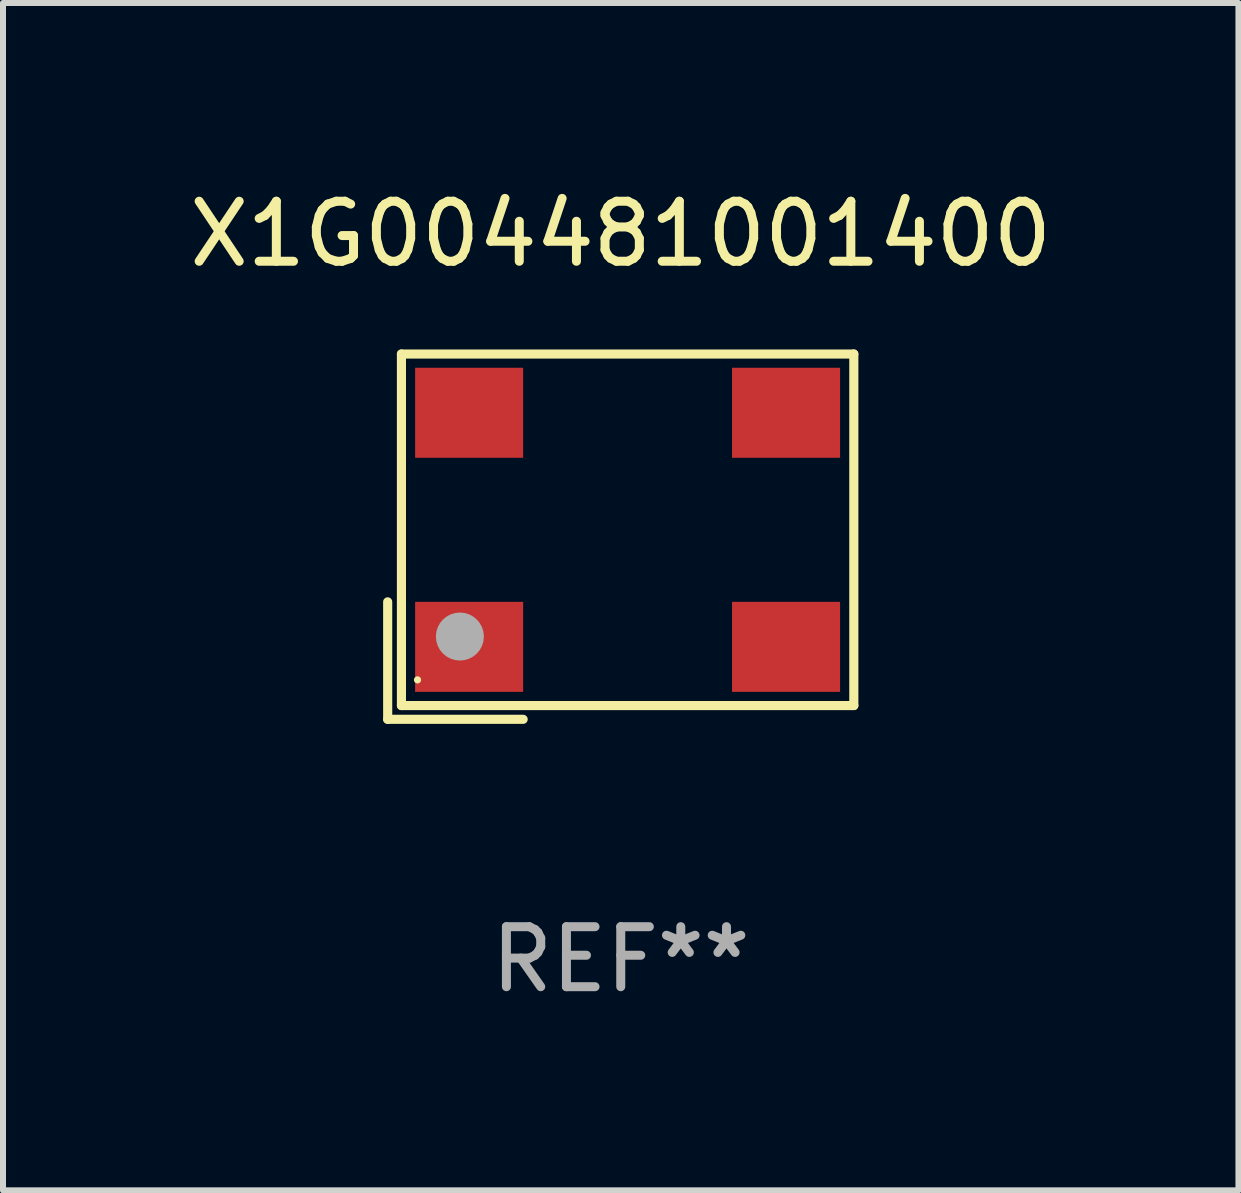
<source format=kicad_pcb>
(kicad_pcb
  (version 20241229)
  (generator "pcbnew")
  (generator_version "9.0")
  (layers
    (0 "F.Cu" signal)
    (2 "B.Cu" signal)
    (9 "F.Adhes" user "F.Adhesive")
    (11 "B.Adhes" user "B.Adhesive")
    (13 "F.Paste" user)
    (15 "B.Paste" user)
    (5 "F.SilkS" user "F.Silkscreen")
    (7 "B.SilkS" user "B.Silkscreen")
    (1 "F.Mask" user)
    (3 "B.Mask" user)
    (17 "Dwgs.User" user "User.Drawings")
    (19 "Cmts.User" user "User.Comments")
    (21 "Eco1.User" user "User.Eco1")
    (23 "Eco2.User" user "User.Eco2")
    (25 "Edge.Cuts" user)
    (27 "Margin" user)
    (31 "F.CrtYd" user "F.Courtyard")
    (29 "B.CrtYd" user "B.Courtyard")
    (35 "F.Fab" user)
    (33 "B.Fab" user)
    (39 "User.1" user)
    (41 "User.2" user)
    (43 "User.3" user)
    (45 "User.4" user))
  (footprint "X1G004481001400"
    (layer "F.Cu")
    (at 7.292 5.891)
    (property "Reference" "X1G004481001400" (at 0 -5.043 0) (layer "F.SilkS") (effects (font (size 1 1) (thickness 0.15))))
    (attr through_hole)
    (fp_line (start -3.883 1.086) (end -3.883 3.043) (stroke (width 0.152) (type solid)) (layer "F.SilkS"))
    (fp_line (start -3.883 3.043) (end -1.626 3.043) (stroke (width 0.152) (type solid)) (layer "F.SilkS"))
    (fp_line (start -3.654 -3.043) (end 3.883 -3.043) (stroke (width 0.152) (type solid)) (layer "F.SilkS"))
    (fp_line (start -3.654 2.814) (end -3.654 -3.043) (stroke (width 0.152) (type solid)) (layer "F.SilkS"))
    (fp_line (start 3.883 -3.043) (end 3.883 2.814) (stroke (width 0.152) (type solid)) (layer "F.SilkS"))
    (fp_line (start 3.883 2.814) (end -3.654 2.814) (stroke (width 0.152) (type solid)) (layer "F.SilkS"))
    (fp_circle (center -3.386 2.386) (end -3.356 2.386) (stroke (width 0.06) (type solid)) (fill no) (layer "F.SilkS"))
    (fp_circle (center -2.68 1.664) (end -2.48 1.664) (stroke (width 0.4) (type solid)) (fill no) (layer "F.Fab"))
    (fp_text user "REF**" (at 0 7.043 0) (layer "F.Fab") (effects (font (size 1 1) (thickness 0.15))))
    (pad "1" smd rect (at -2.526 1.836) (size 1.8 1.5) (layers "F.Cu" "F.Mask" "F.Paste"))
    (pad "2" smd rect (at 2.754 1.836) (size 1.8 1.5) (layers "F.Cu" "F.Mask" "F.Paste"))
    (pad "3" smd rect (at 2.754 -2.064) (size 1.8 1.5) (layers "F.Cu" "F.Mask" "F.Paste"))
    (pad "4" smd rect (at -2.526 -2.064) (size 1.8 1.5) (layers "F.Cu" "F.Mask" "F.Paste")))
  (gr_rect
    (start -3 -3)
    (end 17.583 16.782)
    (stroke (width 0.1) (type default))
    (fill no)
    (layer "Edge.Cuts")))
</source>
